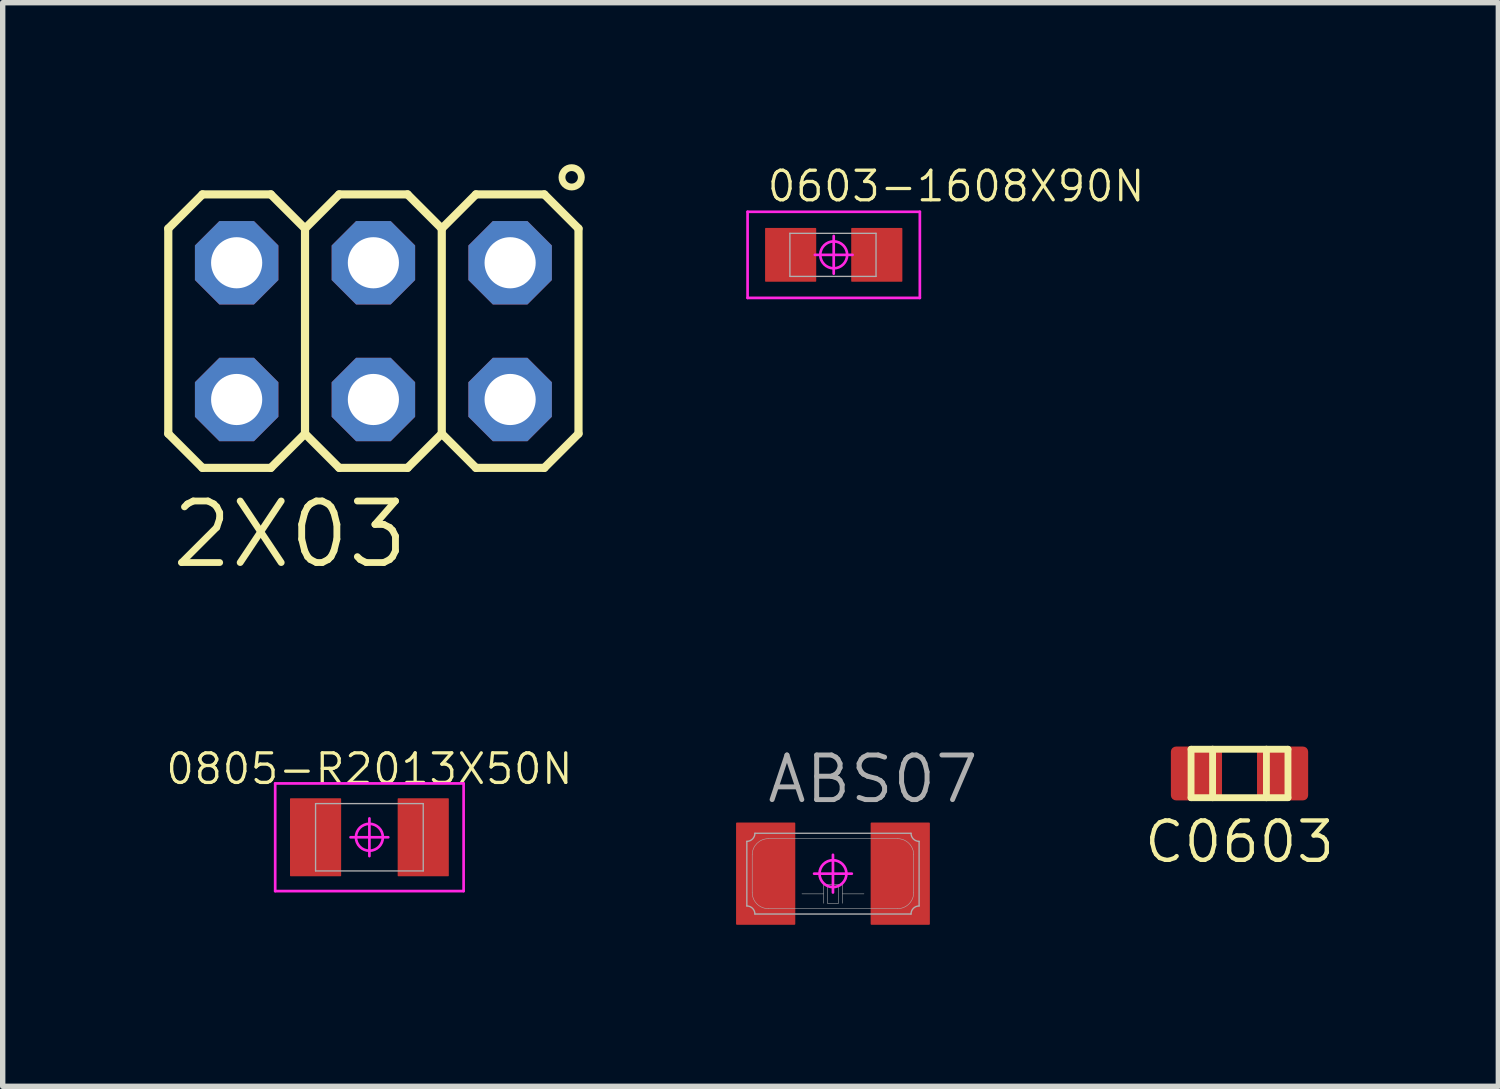
<source format=kicad_pcb>
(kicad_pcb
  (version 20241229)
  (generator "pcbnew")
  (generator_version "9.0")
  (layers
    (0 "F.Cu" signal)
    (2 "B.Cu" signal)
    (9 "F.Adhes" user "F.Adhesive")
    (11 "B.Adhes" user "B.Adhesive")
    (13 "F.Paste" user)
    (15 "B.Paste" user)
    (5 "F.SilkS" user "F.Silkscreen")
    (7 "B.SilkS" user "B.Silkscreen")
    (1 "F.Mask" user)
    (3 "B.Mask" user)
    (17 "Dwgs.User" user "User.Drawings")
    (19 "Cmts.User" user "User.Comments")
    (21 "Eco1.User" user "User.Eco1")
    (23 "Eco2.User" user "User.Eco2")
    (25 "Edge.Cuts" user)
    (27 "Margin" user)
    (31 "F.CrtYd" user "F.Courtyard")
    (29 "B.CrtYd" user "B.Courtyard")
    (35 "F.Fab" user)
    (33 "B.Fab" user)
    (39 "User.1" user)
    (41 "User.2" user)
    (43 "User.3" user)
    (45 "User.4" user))
  (footprint "0805-R2013X50N"
    (layer "F.Cu")
    (at 3.812 12.503)
    (property "Reference" "0805-R2013X50N" (at 0 -1.27 0) (unlocked yes) (layer "F.SilkS") (effects (font (size 0.549 0.549) (thickness 0.061))))
    (fp_line (start -1.75 -1) (end 1.75 -1) (stroke (width 0.05) (type solid)) (layer "F.CrtYd"))
    (fp_line (start -1.75 1) (end -1.75 -1) (stroke (width 0.05) (type solid)) (layer "F.CrtYd"))
    (fp_line (start 0 0.35) (end 0 -0.35) (stroke (width 0.05) (type solid)) (layer "F.CrtYd"))
    (fp_line (start 0.35 0) (end -0.35 0) (stroke (width 0.05) (type solid)) (layer "F.CrtYd"))
    (fp_line (start 1.75 -1) (end 1.75 1) (stroke (width 0.05) (type solid)) (layer "F.CrtYd"))
    (fp_line (start 1.75 1) (end -1.75 1) (stroke (width 0.05) (type solid)) (layer "F.CrtYd"))
    (fp_circle (center 0 0) (end 0.25 0) (stroke (width 0.05) (type solid)) (fill no) (layer "F.CrtYd"))
    (fp_line (start -1 -0.625) (end -1 0.625) (stroke (width 0.025) (type solid)) (layer "F.Fab"))
    (fp_line (start -1 0.625) (end 1 0.625) (stroke (width 0.025) (type solid)) (layer "F.Fab"))
    (fp_line (start 1 -0.625) (end -1 -0.625) (stroke (width 0.025) (type solid)) (layer "F.Fab"))
    (fp_line (start 1 0.625) (end 1 -0.625) (stroke (width 0.025) (type solid)) (layer "F.Fab"))
    (pad "1" smd roundrect (at -1 0) (size 0.95 1.45) (layers "F.Cu" "F.Mask" "F.Paste") (roundrect_rratio 0.015))
    (pad "2" smd roundrect (at 1 0) (size 0.95 1.45) (layers "F.Cu" "F.Mask" "F.Paste") (roundrect_rratio 0.015)))
  (footprint "0603-1608X90N"
    (layer "F.Cu")
    (at 12.437 1.684)
    (property "Reference" "0603-1608X90N" (at -1.27 -0.953 0) (unlocked yes) (layer "F.SilkS") (effects (font (size 0.549 0.549) (thickness 0.061)) (justify left bottom)))
    (fp_line (start -1.6 -0.8) (end -1.6 0.8) (stroke (width 0.05) (type solid)) (layer "F.CrtYd"))
    (fp_line (start -1.6 0.8) (end 1.6 0.8) (stroke (width 0.05) (type solid)) (layer "F.CrtYd"))
    (fp_line (start -0.35 0) (end 0.35 0) (stroke (width 0.05) (type solid)) (layer "F.CrtYd"))
    (fp_line (start 0 0.35) (end 0 -0.35) (stroke (width 0.05) (type solid)) (layer "F.CrtYd"))
    (fp_line (start 1.6 -0.8) (end -1.6 -0.8) (stroke (width 0.05) (type solid)) (layer "F.CrtYd"))
    (fp_line (start 1.6 0.8) (end 1.6 -0.8) (stroke (width 0.05) (type solid)) (layer "F.CrtYd"))
    (fp_circle (center 0 0) (end 0.25 0) (stroke (width 0.05) (type solid)) (fill no) (layer "F.CrtYd"))
    (fp_line (start -0.814 -0.4) (end -0.814 0.4) (stroke (width 0.025) (type solid)) (layer "F.Fab"))
    (fp_line (start -0.814 0.4) (end 0.786 0.4) (stroke (width 0.025) (type solid)) (layer "F.Fab"))
    (fp_line (start 0.786 -0.4) (end -0.814 -0.4) (stroke (width 0.025) (type solid)) (layer "F.Fab"))
    (fp_line (start 0.786 0.4) (end 0.786 -0.4) (stroke (width 0.025) (type solid)) (layer "F.Fab"))
    (pad "1" smd roundrect (at -0.8 0) (size 0.95 1) (layers "F.Cu" "F.Mask" "F.Paste") (roundrect_rratio 0.015))
    (pad "2" smd roundrect (at 0.8 0) (size 0.95 1) (layers "F.Cu" "F.Mask" "F.Paste") (roundrect_rratio 0.015)))
  (footprint "ABS07"
    (layer "F.Cu")
    (at 12.423 13.179)
    (property "Reference" "ABS07" (at -1.27 -1.27 0) (unlocked yes) (layer "F.Fab") (effects (font (size 0.828 0.828) (thickness 0.092)) (justify left bottom)))
    (fp_line (start -0.35 0) (end 0.35 0) (stroke (width 0.05) (type solid)) (layer "F.CrtYd"))
    (fp_line (start 0 0.35) (end 0 -0.35) (stroke (width 0.05) (type solid)) (layer "F.CrtYd"))
    (fp_circle (center 0 0) (end 0.25 0) (stroke (width 0.05) (type solid)) (fill no) (layer "F.CrtYd"))
    (fp_line (start -1.6 0.6) (end -1.6 -0.6) (stroke (width 0.025) (type solid)) (layer "F.Fab"))
    (fp_line (start -1.5 0.35) (end -1.5 -0.35) (stroke (width 0.01) (type solid)) (layer "F.Fab"))
    (fp_line (start -1.45 -0.75) (end 1.45 -0.75) (stroke (width 0.025) (type solid)) (layer "F.Fab"))
    (fp_line (start -1.2 -0.65) (end 1.2 -0.65) (stroke (width 0.01) (type solid)) (layer "F.Fab"))
    (fp_line (start -0.175 0.2) (end -0.175 0.55) (stroke (width 0.01) (type solid)) (layer "F.Fab"))
    (fp_line (start -0.175 0.375) (end -0.575 0.375) (stroke (width 0.01) (type solid)) (layer "F.Fab"))
    (fp_line (start -0.1 0.2) (end -0.1 0.55) (stroke (width 0.01) (type solid)) (layer "F.Fab"))
    (fp_line (start -0.1 0.55) (end 0.1 0.55) (stroke (width 0.01) (type solid)) (layer "F.Fab"))
    (fp_line (start 0.1 0.2) (end -0.1 0.2) (stroke (width 0.01) (type solid)) (layer "F.Fab"))
    (fp_line (start 0.1 0.55) (end 0.1 0.2) (stroke (width 0.01) (type solid)) (layer "F.Fab"))
    (fp_line (start 0.175 0.2) (end 0.175 0.55) (stroke (width 0.01) (type solid)) (layer "F.Fab"))
    (fp_line (start 0.175 0.375) (end 0.575 0.375) (stroke (width 0.01) (type solid)) (layer "F.Fab"))
    (fp_line (start 1.2 0.65) (end -1.2 0.65) (stroke (width 0.01) (type solid)) (layer "F.Fab"))
    (fp_line (start 1.45 0.75) (end -1.45 0.75) (stroke (width 0.025) (type solid)) (layer "F.Fab"))
    (fp_line (start 1.5 -0.35) (end 1.5 0.35) (stroke (width 0.01) (type solid)) (layer "F.Fab"))
    (fp_line (start 1.6 -0.6) (end 1.6 0.6) (stroke (width 0.025) (type solid)) (layer "F.Fab"))
    (fp_arc (start -1.6 0.6) (mid -1.493934 0.643934) (end -1.45 0.75) (stroke (width 0.025) (type solid)) (layer "F.Fab"))
    (fp_arc (start -1.5 -0.35) (mid -1.412132 -0.562132) (end -1.2 -0.65) (stroke (width 0.01) (type solid)) (layer "F.Fab"))
    (fp_arc (start -1.45 -0.75) (mid -1.493934 -0.643934) (end -1.6 -0.6) (stroke (width 0.025) (type solid)) (layer "F.Fab"))
    (fp_arc (start -1.2 0.65) (mid -1.412132 0.562132) (end -1.5 0.35) (stroke (width 0.01) (type solid)) (layer "F.Fab"))
    (fp_arc (start 1.2 -0.65) (mid 1.412132 -0.562132) (end 1.5 -0.35) (stroke (width 0.01) (type solid)) (layer "F.Fab"))
    (fp_arc (start 1.45 0.75) (mid 1.493934 0.643934) (end 1.6 0.6) (stroke (width 0.025) (type solid)) (layer "F.Fab"))
    (fp_arc (start 1.5 0.35) (mid 1.412132 0.562132) (end 1.2 0.65) (stroke (width 0.01) (type solid)) (layer "F.Fab"))
    (fp_arc (start 1.6 -0.6) (mid 1.493934 -0.643934) (end 1.45 -0.75) (stroke (width 0.025) (type solid)) (layer "F.Fab"))
    (pad "1" smd roundrect (at -1.25 0) (size 1.1 1.9) (layers "F.Cu" "F.Mask" "F.Paste") (roundrect_rratio 0.015))
    (pad "2" smd roundrect (at 1.25 0) (size 1.1 1.9) (layers "F.Cu" "F.Mask" "F.Paste") (roundrect_rratio 0.015)))
  (footprint "2X03"
    (layer "F.Cu")
    (at 3.886 3.101)
    (property "Reference" "2X03" (at -3.81 4.445 0) (unlocked yes) (layer "F.SilkS") (effects (font (size 1.143 1.143) (thickness 0.127)) (justify left bottom)))
    (fp_line (start -3.81 1.905) (end -3.81 -1.905) (stroke (width 0.152) (type solid)) (layer "F.SilkS"))
    (fp_line (start -3.175 -2.54) (end -3.81 -1.905) (stroke (width 0.152) (type solid)) (layer "F.SilkS"))
    (fp_line (start -3.175 2.54) (end -3.81 1.905) (stroke (width 0.152) (type solid)) (layer "F.SilkS"))
    (fp_line (start -1.905 -2.54) (end -3.175 -2.54) (stroke (width 0.152) (type solid)) (layer "F.SilkS"))
    (fp_line (start -1.905 2.54) (end -3.175 2.54) (stroke (width 0.152) (type solid)) (layer "F.SilkS"))
    (fp_line (start -1.27 -1.905) (end -1.905 -2.54) (stroke (width 0.152) (type solid)) (layer "F.SilkS"))
    (fp_line (start -1.27 1.905) (end -1.905 2.54) (stroke (width 0.152) (type solid)) (layer "F.SilkS"))
    (fp_line (start -1.27 1.905) (end -1.27 -1.905) (stroke (width 0.152) (type solid)) (layer "F.SilkS"))
    (fp_line (start -0.635 -2.54) (end -1.27 -1.905) (stroke (width 0.152) (type solid)) (layer "F.SilkS"))
    (fp_line (start -0.635 2.54) (end -1.27 1.905) (stroke (width 0.152) (type solid)) (layer "F.SilkS"))
    (fp_line (start 0.635 -2.54) (end -0.635 -2.54) (stroke (width 0.152) (type solid)) (layer "F.SilkS"))
    (fp_line (start 0.635 2.54) (end -0.635 2.54) (stroke (width 0.152) (type solid)) (layer "F.SilkS"))
    (fp_line (start 1.27 -1.905) (end 0.635 -2.54) (stroke (width 0.152) (type solid)) (layer "F.SilkS"))
    (fp_line (start 1.27 1.905) (end 0.635 2.54) (stroke (width 0.152) (type solid)) (layer "F.SilkS"))
    (fp_line (start 1.27 1.905) (end 1.27 -1.905) (stroke (width 0.152) (type solid)) (layer "F.SilkS"))
    (fp_line (start 1.905 -2.54) (end 1.27 -1.905) (stroke (width 0.152) (type solid)) (layer "F.SilkS"))
    (fp_line (start 1.905 2.54) (end 1.27 1.905) (stroke (width 0.152) (type solid)) (layer "F.SilkS"))
    (fp_line (start 3.175 -2.54) (end 1.905 -2.54) (stroke (width 0.152) (type solid)) (layer "F.SilkS"))
    (fp_line (start 3.175 2.54) (end 1.905 2.54) (stroke (width 0.152) (type solid)) (layer "F.SilkS"))
    (fp_line (start 3.81 -1.905) (end 3.175 -2.54) (stroke (width 0.152) (type solid)) (layer "F.SilkS"))
    (fp_line (start 3.81 -1.905) (end 3.81 1.905) (stroke (width 0.152) (type solid)) (layer "F.SilkS"))
    (fp_line (start 3.81 1.905) (end 3.175 2.54) (stroke (width 0.152) (type solid)) (layer "F.SilkS"))
    (fp_circle (center 3.683 -2.857) (end 3.863 -2.857) (stroke (width 0.127) (type solid)) (fill no) (layer "F.SilkS"))
    (fp_poly (pts (xy -2.286 -1.524) (xy -2.794 -1.524) (xy -2.794 -1.016) (xy -2.286 -1.016)) (stroke (width 0.1) (type default)) (fill no) (layer "F.Fab"))
    (fp_poly (pts (xy -2.286 1.016) (xy -2.794 1.016) (xy -2.794 1.524) (xy -2.286 1.524)) (stroke (width 0.1) (type default)) (fill no) (layer "F.Fab"))
    (fp_poly (pts (xy 0.254 -1.524) (xy -0.254 -1.524) (xy -0.254 -1.016) (xy 0.254 -1.016)) (stroke (width 0.1) (type default)) (fill no) (layer "F.Fab"))
    (fp_poly (pts (xy 0.254 1.016) (xy -0.254 1.016) (xy -0.254 1.524) (xy 0.254 1.524)) (stroke (width 0.1) (type default)) (fill no) (layer "F.Fab"))
    (fp_poly (pts (xy 2.794 -1.524) (xy 2.286 -1.524) (xy 2.286 -1.016) (xy 2.794 -1.016)) (stroke (width 0.1) (type default)) (fill no) (layer "F.Fab"))
    (fp_poly (pts (xy 2.794 1.016) (xy 2.286 1.016) (xy 2.286 1.524) (xy 2.794 1.524)) (stroke (width 0.1) (type default)) (fill no) (layer "F.Fab"))
    (pad "1" thru_hole roundrect (at 2.54 -1.27 180) (size 1.55 1.55) (drill 0.95) (layers "*.Cu" "*.Mask") (roundrect_rratio 0.25) (chamfer_ratio 0.293) (chamfer top_left top_right bottom_left bottom_right))
    (pad "2" thru_hole roundrect (at 2.54 1.27 180) (size 1.55 1.55) (drill 0.95) (layers "*.Cu" "*.Mask") (roundrect_rratio 0.25) (chamfer_ratio 0.293) (chamfer top_left top_right bottom_left bottom_right))
    (pad "3" thru_hole roundrect (at 0 -1.27 180) (size 1.55 1.55) (drill 0.95) (layers "*.Cu" "*.Mask") (roundrect_rratio 0.25) (chamfer_ratio 0.293) (chamfer top_left top_right bottom_left bottom_right))
    (pad "4" thru_hole roundrect (at 0 1.27 180) (size 1.55 1.55) (drill 0.95) (layers "*.Cu" "*.Mask") (roundrect_rratio 0.25) (chamfer_ratio 0.293) (chamfer top_left top_right bottom_left bottom_right))
    (pad "5" thru_hole roundrect (at -2.54 -1.27 180) (size 1.55 1.55) (drill 0.95) (layers "*.Cu" "*.Mask") (roundrect_rratio 0.25) (chamfer_ratio 0.293) (chamfer top_left top_right bottom_left bottom_right))
    (pad "6" thru_hole roundrect (at -2.54 1.27 180) (size 1.55 1.55) (drill 0.95) (layers "*.Cu" "*.Mask") (roundrect_rratio 0.25) (chamfer_ratio 0.293) (chamfer top_left top_right bottom_left bottom_right)))
  (footprint "C0603"
    (layer "F.Cu")
    (at 19.975 11.318)
    (property "Reference" "C0603" (at 0 1.27 0) (unlocked yes) (layer "F.SilkS") (effects (font (size 0.732 0.732) (thickness 0.081))))
    (fp_line (start -0.9 -0.45) (end -0.9 0.45) (stroke (width 0.127) (type solid)) (layer "F.SilkS"))
    (fp_line (start -0.9 -0.45) (end -0.5 -0.45) (stroke (width 0.127) (type solid)) (layer "F.SilkS"))
    (fp_line (start -0.9 0.45) (end -0.5 0.45) (stroke (width 0.127) (type solid)) (layer "F.SilkS"))
    (fp_line (start -0.5 -0.45) (end -0.5 0.45) (stroke (width 0.127) (type solid)) (layer "F.SilkS"))
    (fp_line (start -0.5 -0.45) (end 0.5 -0.45) (stroke (width 0.127) (type solid)) (layer "F.SilkS"))
    (fp_line (start -0.5 0.45) (end 0.5 0.45) (stroke (width 0.127) (type solid)) (layer "F.SilkS"))
    (fp_line (start 0.5 -0.45) (end 0.5 0.45) (stroke (width 0.127) (type solid)) (layer "F.SilkS"))
    (fp_line (start 0.5 -0.45) (end 0.9 -0.45) (stroke (width 0.127) (type solid)) (layer "F.SilkS"))
    (fp_line (start 0.5 0.45) (end 0.9 0.45) (stroke (width 0.127) (type solid)) (layer "F.SilkS"))
    (fp_line (start 0.9 -0.45) (end 0.9 0.45) (stroke (width 0.127) (type solid)) (layer "F.SilkS"))
    (pad "1" smd roundrect (at -0.8 0 90) (size 1 0.95) (layers "F.Cu" "F.Mask" "F.Paste") (roundrect_rratio 0.1))
    (pad "2" smd roundrect (at 0.8 0 90) (size 1 0.95) (layers "F.Cu" "F.Mask" "F.Paste") (roundrect_rratio 0.1)))
  (gr_rect
    (start -3 -3)
    (end 24.783 17.129)
    (stroke (width 0.1) (type default))
    (fill no)
    (layer "Edge.Cuts")))
</source>
